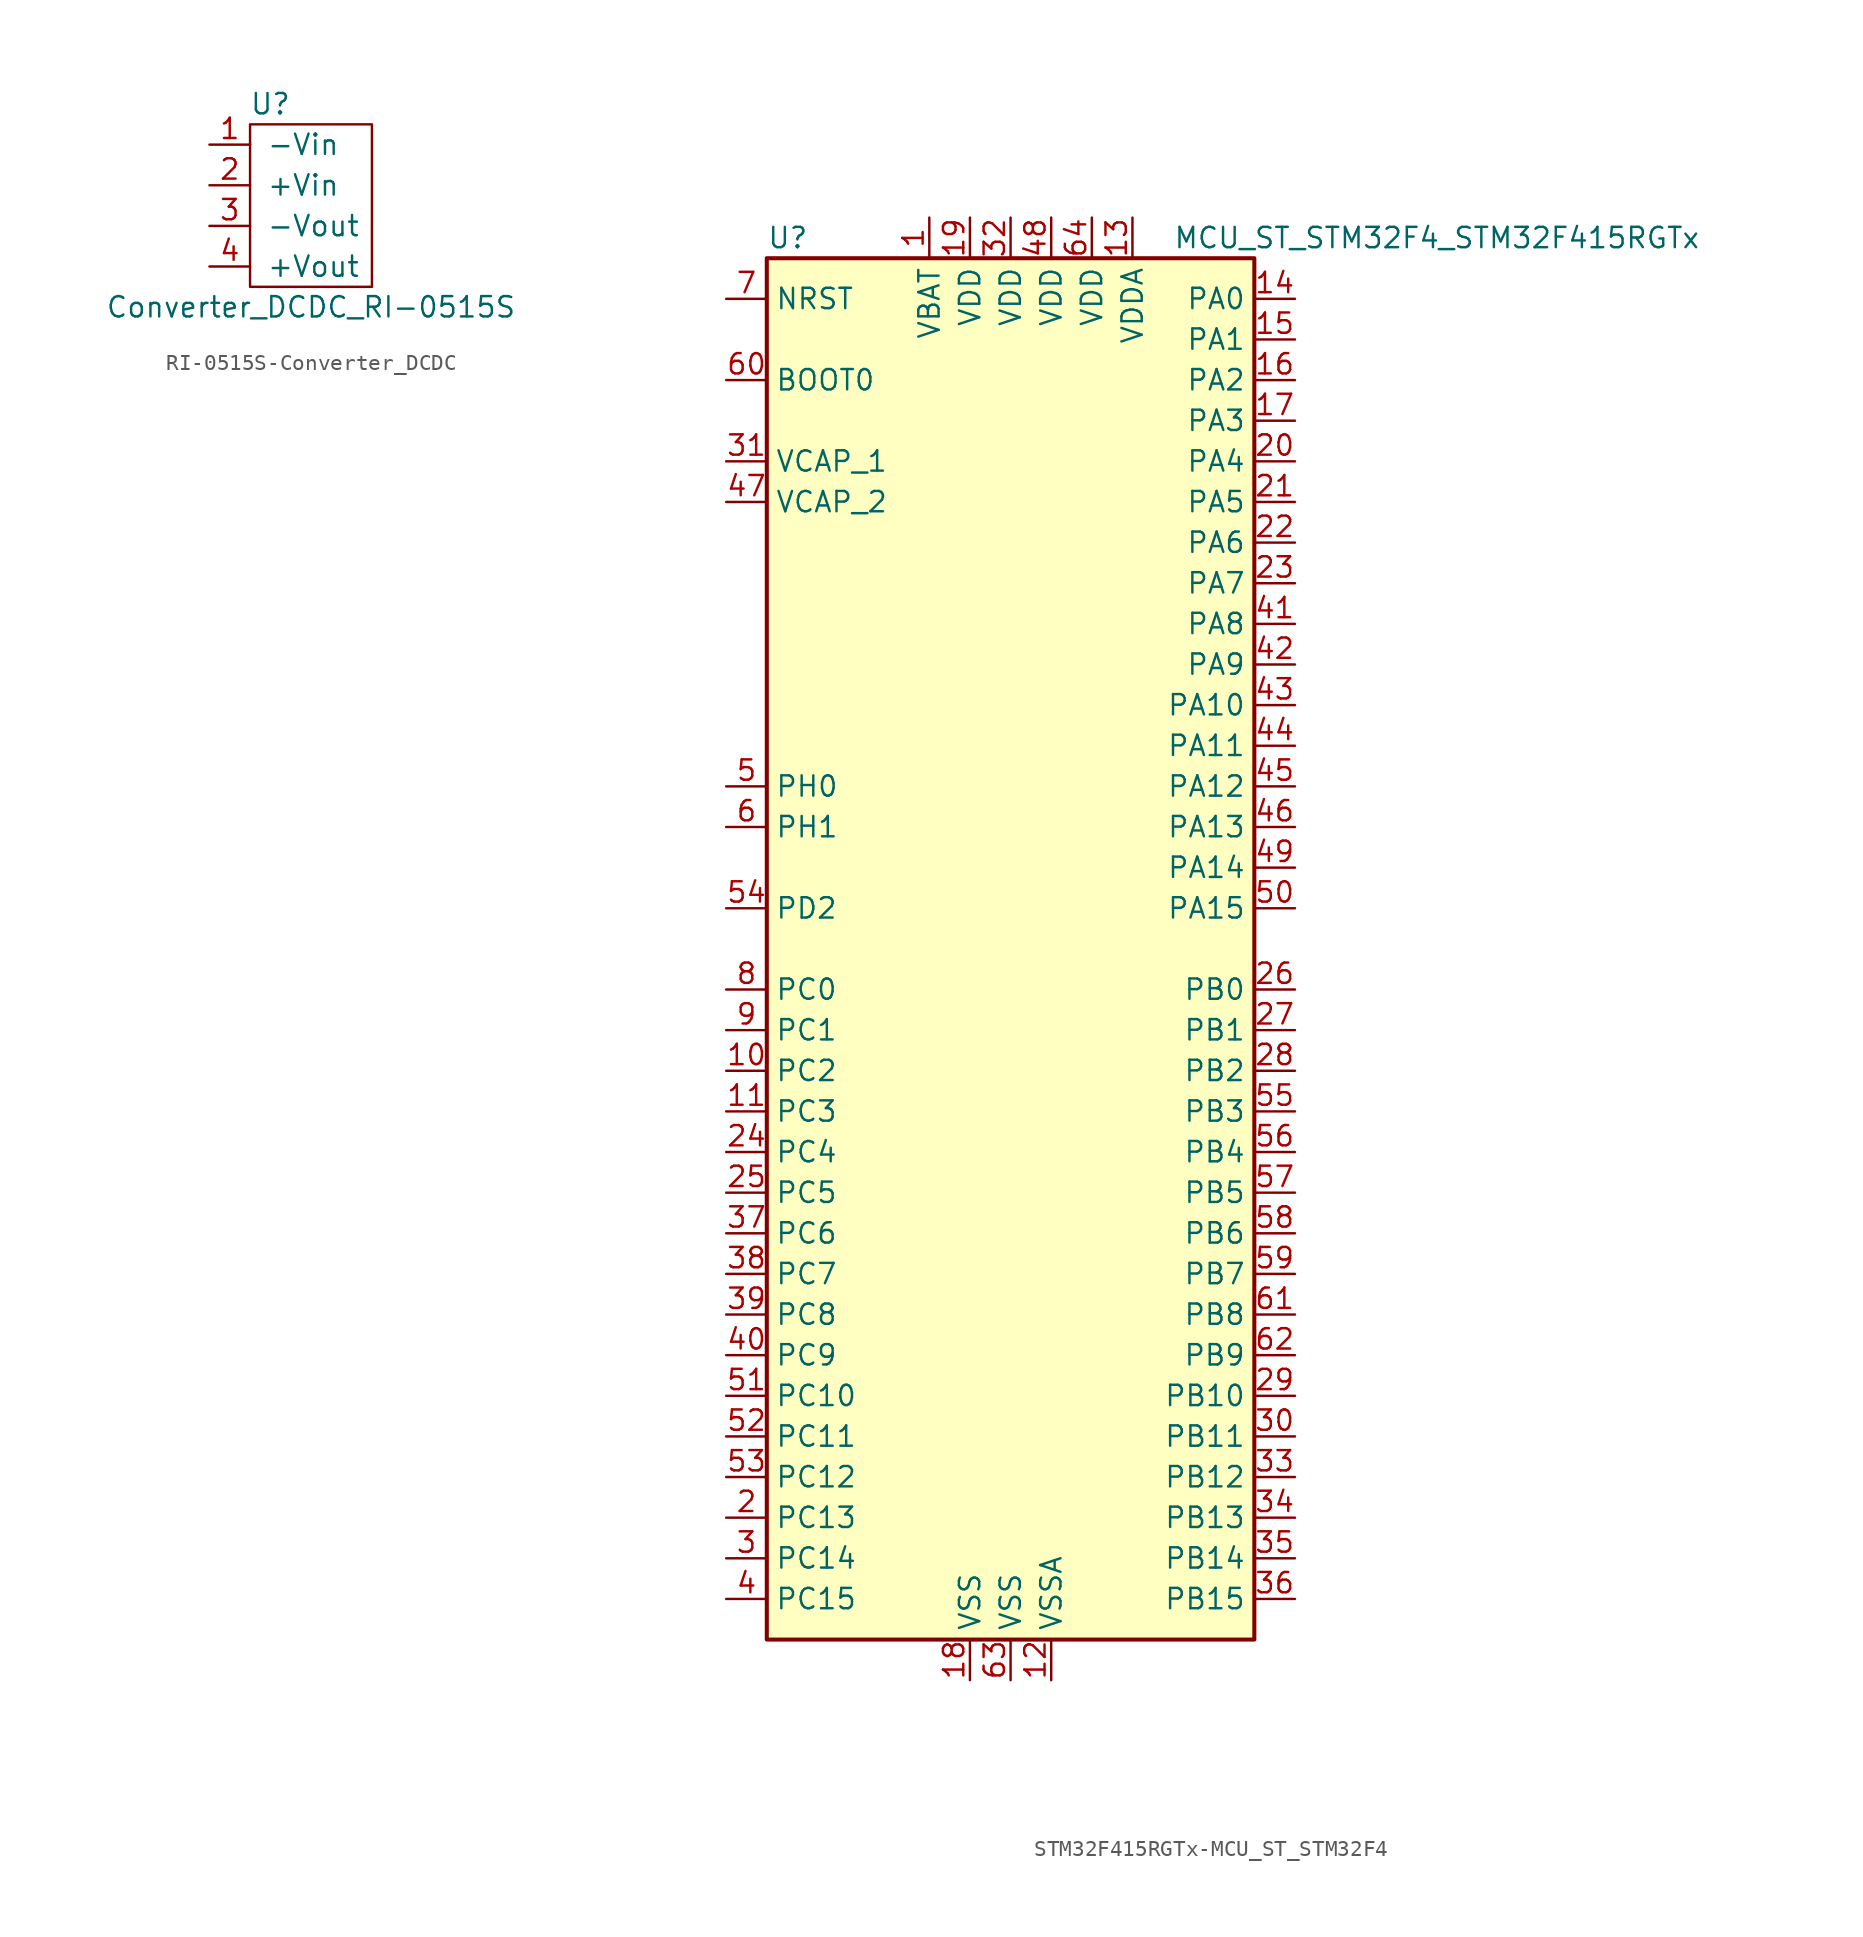
<source format=kicad_sym>
(kicad_symbol_lib
  (version 20220914)
  (generator kicad_symbol_editor)
  (symbol "RI-0515S-Converter_DCDC"
    (pin_names
      (offset 1.016))
    (property "Reference" "U"
      (at -1.27 15.24 0)
      (effects (font (size 1.27 1.27))))
    (property "Value" "Converter_DCDC_RI-0515S"
      (at 1.27 2.54 0)
      (effects (font (size 1.27 1.27))))
    (symbol "RI-0515S-Converter_DCDC_0_1"
      (rectangle (start 5.08 3.81) (end -2.54 13.97) (stroke (width 0) (type solid)) (fill (type none))))
    (symbol "RI-0515S-Converter_DCDC_1_1"
      (pin input line (at -5.08 12.7 0) (length 2.54) (name "-Vin" (effects (font (size 1.27 1.27)))) (number "1" (effects (font (size 1.27 1.27)))))
      (pin input line (at -5.08 10.16 0) (length 2.54) (name "+Vin" (effects (font (size 1.27 1.27)))) (number "2" (effects (font (size 1.27 1.27)))))
      (pin output line (at -5.08 7.62 0) (length 2.54) (name "-Vout" (effects (font (size 1.27 1.27)))) (number "3" (effects (font (size 1.27 1.27)))))
      (pin output line (at -5.08 5.08 0) (length 2.54) (name "+Vout" (effects (font (size 1.27 1.27)))) (number "4" (effects (font (size 1.27 1.27)))))))
  (symbol "STM32F415RGTx-MCU_ST_STM32F4"
    (property "Reference" "U"
      (at -15.24 44.45 0)
      (effects (font (size 1.27 1.27)) (justify left)))
    (property "Value" "MCU_ST_STM32F4_STM32F415RGTx"
      (at 10.16 44.45 0)
      (effects (font (size 1.27 1.27)) (justify left)))
    (symbol "STM32F415RGTx-MCU_ST_STM32F4_0_1"
      (rectangle (start -15.24 -43.18) (end 15.24 43.18) (stroke (width 0.254) (type solid)) (fill (type background))))
    (symbol "STM32F415RGTx-MCU_ST_STM32F4_1_1"
      (pin power_in line (at -5.08 45.72 270) (length 2.54) (name "VBAT" (effects (font (size 1.27 1.27)))) (number "1" (effects (font (size 1.27 1.27)))))
      (pin bidirectional line (at -17.78 -7.62 0) (length 2.54) (name "PC2" (effects (font (size 1.27 1.27)))) (number "10" (effects (font (size 1.27 1.27)))))
      (pin bidirectional line (at -17.78 -10.16 0) (length 2.54) (name "PC3" (effects (font (size 1.27 1.27)))) (number "11" (effects (font (size 1.27 1.27)))))
      (pin power_in line (at 2.54 -45.72 90) (length 2.54) (name "VSSA" (effects (font (size 1.27 1.27)))) (number "12" (effects (font (size 1.27 1.27)))))
      (pin power_in line (at 7.62 45.72 270) (length 2.54) (name "VDDA" (effects (font (size 1.27 1.27)))) (number "13" (effects (font (size 1.27 1.27)))))
      (pin bidirectional line (at 17.78 40.64 180) (length 2.54) (name "PA0" (effects (font (size 1.27 1.27)))) (number "14" (effects (font (size 1.27 1.27)))))
      (pin bidirectional line (at 17.78 38.1 180) (length 2.54) (name "PA1" (effects (font (size 1.27 1.27)))) (number "15" (effects (font (size 1.27 1.27)))))
      (pin bidirectional line (at 17.78 35.56 180) (length 2.54) (name "PA2" (effects (font (size 1.27 1.27)))) (number "16" (effects (font (size 1.27 1.27)))))
      (pin bidirectional line (at 17.78 33.02 180) (length 2.54) (name "PA3" (effects (font (size 1.27 1.27)))) (number "17" (effects (font (size 1.27 1.27)))))
      (pin power_in line (at -2.54 -45.72 90) (length 2.54) (name "VSS" (effects (font (size 1.27 1.27)))) (number "18" (effects (font (size 1.27 1.27)))))
      (pin power_in line (at -2.54 45.72 270) (length 2.54) (name "VDD" (effects (font (size 1.27 1.27)))) (number "19" (effects (font (size 1.27 1.27)))))
      (pin bidirectional line (at -17.78 -35.56 0) (length 2.54) (name "PC13" (effects (font (size 1.27 1.27)))) (number "2" (effects (font (size 1.27 1.27)))))
      (pin bidirectional line (at 17.78 30.48 180) (length 2.54) (name "PA4" (effects (font (size 1.27 1.27)))) (number "20" (effects (font (size 1.27 1.27)))))
      (pin bidirectional line (at 17.78 27.94 180) (length 2.54) (name "PA5" (effects (font (size 1.27 1.27)))) (number "21" (effects (font (size 1.27 1.27)))))
      (pin bidirectional line (at 17.78 25.4 180) (length 2.54) (name "PA6" (effects (font (size 1.27 1.27)))) (number "22" (effects (font (size 1.27 1.27)))))
      (pin bidirectional line (at 17.78 22.86 180) (length 2.54) (name "PA7" (effects (font (size 1.27 1.27)))) (number "23" (effects (font (size 1.27 1.27)))))
      (pin bidirectional line (at -17.78 -12.7 0) (length 2.54) (name "PC4" (effects (font (size 1.27 1.27)))) (number "24" (effects (font (size 1.27 1.27)))))
      (pin bidirectional line (at -17.78 -15.24 0) (length 2.54) (name "PC5" (effects (font (size 1.27 1.27)))) (number "25" (effects (font (size 1.27 1.27)))))
      (pin bidirectional line (at 17.78 -2.54 180) (length 2.54) (name "PB0" (effects (font (size 1.27 1.27)))) (number "26" (effects (font (size 1.27 1.27)))))
      (pin bidirectional line (at 17.78 -5.08 180) (length 2.54) (name "PB1" (effects (font (size 1.27 1.27)))) (number "27" (effects (font (size 1.27 1.27)))))
      (pin bidirectional line (at 17.78 -7.62 180) (length 2.54) (name "PB2" (effects (font (size 1.27 1.27)))) (number "28" (effects (font (size 1.27 1.27)))))
      (pin bidirectional line (at 17.78 -27.94 180) (length 2.54) (name "PB10" (effects (font (size 1.27 1.27)))) (number "29" (effects (font (size 1.27 1.27)))))
      (pin bidirectional line (at -17.78 -38.1 0) (length 2.54) (name "PC14" (effects (font (size 1.27 1.27)))) (number "3" (effects (font (size 1.27 1.27)))))
      (pin bidirectional line (at 17.78 -30.48 180) (length 2.54) (name "PB11" (effects (font (size 1.27 1.27)))) (number "30" (effects (font (size 1.27 1.27)))))
      (pin power_in line (at -17.78 30.48 0) (length 2.54) (name "VCAP_1" (effects (font (size 1.27 1.27)))) (number "31" (effects (font (size 1.27 1.27)))))
      (pin power_in line (at 0 45.72 270) (length 2.54) (name "VDD" (effects (font (size 1.27 1.27)))) (number "32" (effects (font (size 1.27 1.27)))))
      (pin bidirectional line (at 17.78 -33.02 180) (length 2.54) (name "PB12" (effects (font (size 1.27 1.27)))) (number "33" (effects (font (size 1.27 1.27)))))
      (pin bidirectional line (at 17.78 -35.56 180) (length 2.54) (name "PB13" (effects (font (size 1.27 1.27)))) (number "34" (effects (font (size 1.27 1.27)))))
      (pin bidirectional line (at 17.78 -38.1 180) (length 2.54) (name "PB14" (effects (font (size 1.27 1.27)))) (number "35" (effects (font (size 1.27 1.27)))))
      (pin bidirectional line (at 17.78 -40.64 180) (length 2.54) (name "PB15" (effects (font (size 1.27 1.27)))) (number "36" (effects (font (size 1.27 1.27)))))
      (pin bidirectional line (at -17.78 -17.78 0) (length 2.54) (name "PC6" (effects (font (size 1.27 1.27)))) (number "37" (effects (font (size 1.27 1.27)))))
      (pin bidirectional line (at -17.78 -20.32 0) (length 2.54) (name "PC7" (effects (font (size 1.27 1.27)))) (number "38" (effects (font (size 1.27 1.27)))))
      (pin bidirectional line (at -17.78 -22.86 0) (length 2.54) (name "PC8" (effects (font (size 1.27 1.27)))) (number "39" (effects (font (size 1.27 1.27)))))
      (pin bidirectional line (at -17.78 -40.64 0) (length 2.54) (name "PC15" (effects (font (size 1.27 1.27)))) (number "4" (effects (font (size 1.27 1.27)))))
      (pin bidirectional line (at -17.78 -25.4 0) (length 2.54) (name "PC9" (effects (font (size 1.27 1.27)))) (number "40" (effects (font (size 1.27 1.27)))))
      (pin bidirectional line (at 17.78 20.32 180) (length 2.54) (name "PA8" (effects (font (size 1.27 1.27)))) (number "41" (effects (font (size 1.27 1.27)))))
      (pin bidirectional line (at 17.78 17.78 180) (length 2.54) (name "PA9" (effects (font (size 1.27 1.27)))) (number "42" (effects (font (size 1.27 1.27)))))
      (pin bidirectional line (at 17.78 15.24 180) (length 2.54) (name "PA10" (effects (font (size 1.27 1.27)))) (number "43" (effects (font (size 1.27 1.27)))))
      (pin bidirectional line (at 17.78 12.7 180) (length 2.54) (name "PA11" (effects (font (size 1.27 1.27)))) (number "44" (effects (font (size 1.27 1.27)))))
      (pin bidirectional line (at 17.78 10.16 180) (length 2.54) (name "PA12" (effects (font (size 1.27 1.27)))) (number "45" (effects (font (size 1.27 1.27)))))
      (pin bidirectional line (at 17.78 7.62 180) (length 2.54) (name "PA13" (effects (font (size 1.27 1.27)))) (number "46" (effects (font (size 1.27 1.27)))))
      (pin power_in line (at -17.78 27.94 0) (length 2.54) (name "VCAP_2" (effects (font (size 1.27 1.27)))) (number "47" (effects (font (size 1.27 1.27)))))
      (pin power_in line (at 2.54 45.72 270) (length 2.54) (name "VDD" (effects (font (size 1.27 1.27)))) (number "48" (effects (font (size 1.27 1.27)))))
      (pin bidirectional line (at 17.78 5.08 180) (length 2.54) (name "PA14" (effects (font (size 1.27 1.27)))) (number "49" (effects (font (size 1.27 1.27)))))
      (pin input line (at -17.78 10.16 0) (length 2.54) (name "PH0" (effects (font (size 1.27 1.27)))) (number "5" (effects (font (size 1.27 1.27)))))
      (pin bidirectional line (at 17.78 2.54 180) (length 2.54) (name "PA15" (effects (font (size 1.27 1.27)))) (number "50" (effects (font (size 1.27 1.27)))))
      (pin bidirectional line (at -17.78 -27.94 0) (length 2.54) (name "PC10" (effects (font (size 1.27 1.27)))) (number "51" (effects (font (size 1.27 1.27)))))
      (pin bidirectional line (at -17.78 -30.48 0) (length 2.54) (name "PC11" (effects (font (size 1.27 1.27)))) (number "52" (effects (font (size 1.27 1.27)))))
      (pin bidirectional line (at -17.78 -33.02 0) (length 2.54) (name "PC12" (effects (font (size 1.27 1.27)))) (number "53" (effects (font (size 1.27 1.27)))))
      (pin bidirectional line (at -17.78 2.54 0) (length 2.54) (name "PD2" (effects (font (size 1.27 1.27)))) (number "54" (effects (font (size 1.27 1.27)))))
      (pin bidirectional line (at 17.78 -10.16 180) (length 2.54) (name "PB3" (effects (font (size 1.27 1.27)))) (number "55" (effects (font (size 1.27 1.27)))))
      (pin bidirectional line (at 17.78 -12.7 180) (length 2.54) (name "PB4" (effects (font (size 1.27 1.27)))) (number "56" (effects (font (size 1.27 1.27)))))
      (pin bidirectional line (at 17.78 -15.24 180) (length 2.54) (name "PB5" (effects (font (size 1.27 1.27)))) (number "57" (effects (font (size 1.27 1.27)))))
      (pin bidirectional line (at 17.78 -17.78 180) (length 2.54) (name "PB6" (effects (font (size 1.27 1.27)))) (number "58" (effects (font (size 1.27 1.27)))))
      (pin bidirectional line (at 17.78 -20.32 180) (length 2.54) (name "PB7" (effects (font (size 1.27 1.27)))) (number "59" (effects (font (size 1.27 1.27)))))
      (pin input line (at -17.78 7.62 0) (length 2.54) (name "PH1" (effects (font (size 1.27 1.27)))) (number "6" (effects (font (size 1.27 1.27)))))
      (pin input line (at -17.78 35.56 0) (length 2.54) (name "BOOT0" (effects (font (size 1.27 1.27)))) (number "60" (effects (font (size 1.27 1.27)))))
      (pin bidirectional line (at 17.78 -22.86 180) (length 2.54) (name "PB8" (effects (font (size 1.27 1.27)))) (number "61" (effects (font (size 1.27 1.27)))))
      (pin bidirectional line (at 17.78 -25.4 180) (length 2.54) (name "PB9" (effects (font (size 1.27 1.27)))) (number "62" (effects (font (size 1.27 1.27)))))
      (pin power_in line (at 0 -45.72 90) (length 2.54) (name "VSS" (effects (font (size 1.27 1.27)))) (number "63" (effects (font (size 1.27 1.27)))))
      (pin power_in line (at 5.08 45.72 270) (length 2.54) (name "VDD" (effects (font (size 1.27 1.27)))) (number "64" (effects (font (size 1.27 1.27)))))
      (pin input line (at -17.78 40.64 0) (length 2.54) (name "NRST" (effects (font (size 1.27 1.27)))) (number "7" (effects (font (size 1.27 1.27)))))
      (pin bidirectional line (at -17.78 -2.54 0) (length 2.54) (name "PC0" (effects (font (size 1.27 1.27)))) (number "8" (effects (font (size 1.27 1.27)))))
      (pin bidirectional line (at -17.78 -5.08 0) (length 2.54) (name "PC1" (effects (font (size 1.27 1.27)))) (number "9" (effects (font (size 1.27 1.27))))))))
</source>
